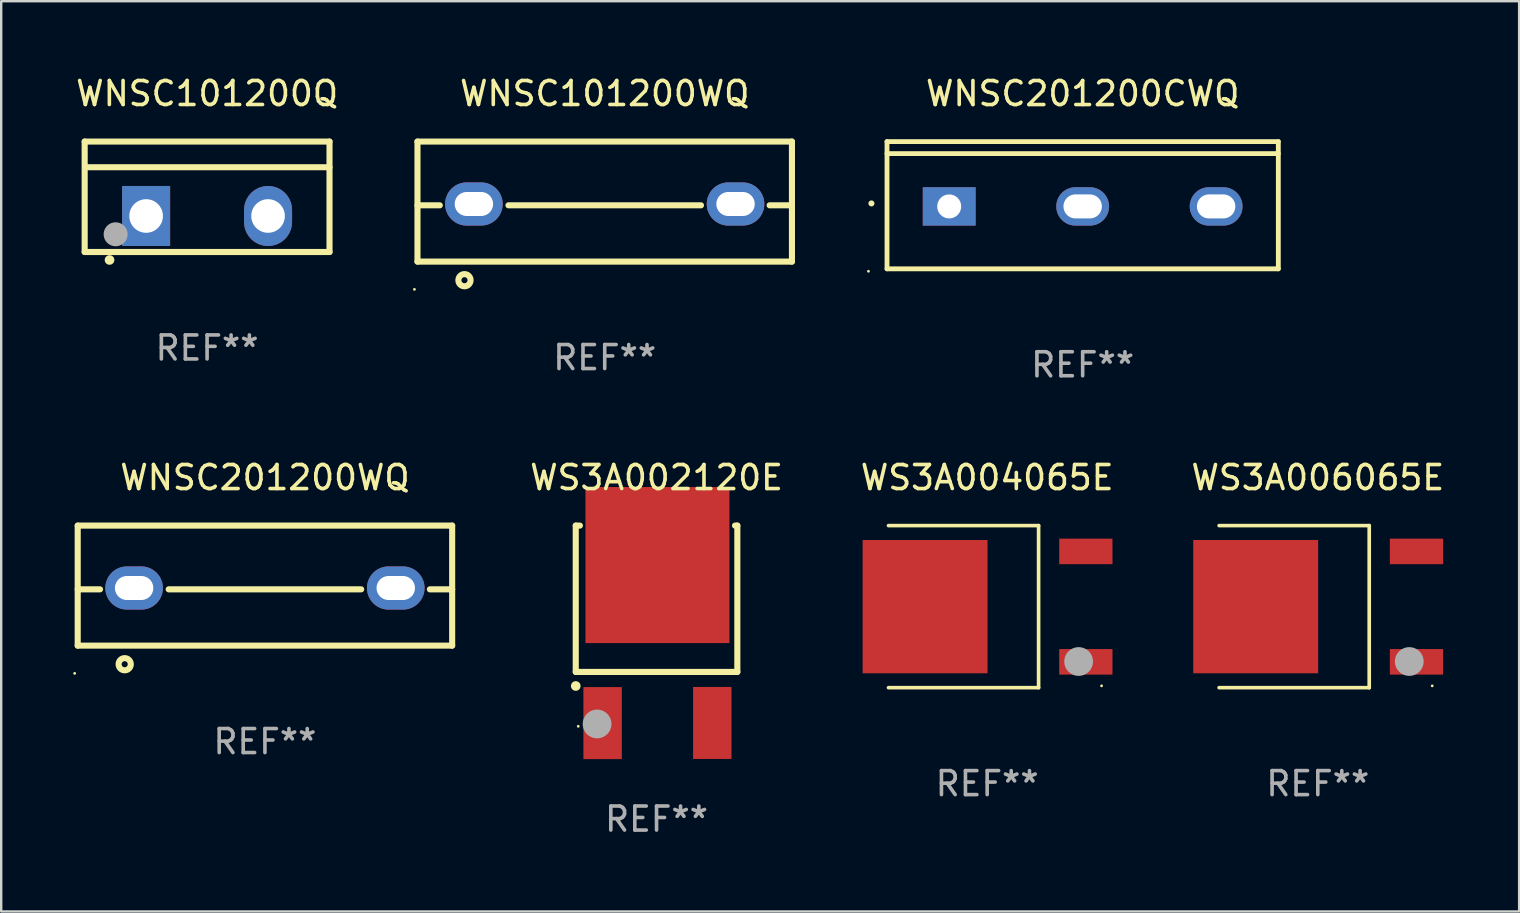
<source format=kicad_pcb>
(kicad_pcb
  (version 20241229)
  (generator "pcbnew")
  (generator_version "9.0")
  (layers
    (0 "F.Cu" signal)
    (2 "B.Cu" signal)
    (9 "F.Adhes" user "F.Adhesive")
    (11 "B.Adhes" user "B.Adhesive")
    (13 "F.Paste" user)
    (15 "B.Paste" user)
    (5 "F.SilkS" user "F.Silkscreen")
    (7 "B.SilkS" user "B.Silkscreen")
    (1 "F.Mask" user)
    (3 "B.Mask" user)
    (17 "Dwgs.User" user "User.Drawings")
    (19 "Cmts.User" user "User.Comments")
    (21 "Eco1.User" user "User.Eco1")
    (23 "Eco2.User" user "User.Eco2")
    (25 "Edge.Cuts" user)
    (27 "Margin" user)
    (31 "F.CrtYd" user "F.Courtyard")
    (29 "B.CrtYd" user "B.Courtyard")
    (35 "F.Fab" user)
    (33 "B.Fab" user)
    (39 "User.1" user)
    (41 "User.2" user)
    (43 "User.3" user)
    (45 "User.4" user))
  (footprint "WNSC101200Q"
    (layer "F.Cu")
    (at 5.577 5.148)
    (property "Reference" "WNSC101200Q" (at 0 -4.3 0) (layer "F.SilkS") (effects (font (size 1 1) (thickness 0.15))))
    (attr through_hole)
    (fp_line (start -5.1 -2.3) (end -5.1 2.3) (stroke (width 0.254) (type solid)) (layer "F.SilkS"))
    (fp_line (start -5.1 2.3) (end 5.1 2.3) (stroke (width 0.254) (type solid)) (layer "F.SilkS"))
    (fp_line (start -5.08 -1.232) (end 5.1 -1.232) (stroke (width 0.254) (type solid)) (layer "F.SilkS"))
    (fp_line (start 5.1 -2.3) (end -5.1 -2.3) (stroke (width 0.254) (type solid)) (layer "F.SilkS"))
    (fp_line (start 5.1 -2.3) (end 5.1 2.3) (stroke (width 0.254) (type solid)) (layer "F.SilkS"))
    (fp_arc (start -4.065278 2.632004) (mid -4.064008 2.632) (end -4.062738 2.632004) (stroke (width 0.4) (type solid)) (layer "F.SilkS"))
    (fp_circle (center -5.1 2.32) (end -5.07 2.32) (stroke (width 0.06) (type solid)) (fill no) (layer "F.SilkS"))
    (fp_circle (center -3.81 1.562) (end -3.56 1.562) (stroke (width 0.5) (type solid)) (fill no) (layer "F.Fab"))
    (fp_text user "REF**" (at 0 6.3 0) (layer "F.Fab") (effects (font (size 1 1) (thickness 0.15))))
    (pad "1" thru_hole rect (at -2.54 0.8) (size 2 2.5) (drill 1.4) (layers "*.Cu" "*.Mask"))
    (pad "2" thru_hole oval (at 2.54 0.8) (size 2 2.5) (drill 1.4) (layers "*.Cu" "*.Mask")))
  (footprint "WNSC201200CWQ"
    (layer "F.Cu")
    (at 42.053 5.499)
    (property "Reference" "WNSC201200CWQ" (at 0 -4.65 0) (layer "F.SilkS") (effects (font (size 1 1) (thickness 0.15))))
    (attr through_hole)
    (fp_line (start -8.151 -2.65) (end -8.151 2.65) (stroke (width 0.201) (type solid)) (layer "F.SilkS"))
    (fp_line (start 8.151 -2.65) (end -8.151 -2.65) (stroke (width 0.201) (type solid)) (layer "F.SilkS"))
    (fp_line (start 8.151 -2.15) (end -8.151 -2.15) (stroke (width 0.201) (type solid)) (layer "F.SilkS"))
    (fp_line (start 8.151 2.65) (end -8.151 2.65) (stroke (width 0.201) (type solid)) (layer "F.SilkS"))
    (fp_line (start 8.151 2.65) (end 8.151 -2.65) (stroke (width 0.201) (type solid)) (layer "F.SilkS"))
    (fp_arc (start -8.801118 -0.074943) (mid -8.799848 -0.074949) (end -8.798578 -0.074943) (stroke (width 0.24892) (type solid)) (layer "F.SilkS"))
    (fp_circle (center -8.924 2.751) (end -8.894 2.751) (stroke (width 0.06) (type solid)) (fill no) (layer "F.SilkS"))
    (fp_text user "REF**" (at 0 6.65 0) (layer "F.Fab") (effects (font (size 1 1) (thickness 0.15))))
    (pad "1" thru_hole rect (at -5.56 0.05 90) (size 1.6 2.2) (drill 1) (layers "*.Cu" "*.Mask"))
    (pad "2" thru_hole oval (at 0 0.05 90) (size 1.6 2.2) (drill oval 1 1.6) (layers "*.Cu" "*.Mask"))
    (pad "3" thru_hole oval (at 5.56 0.05 90) (size 1.6 2.2) (drill oval 1 1.6) (layers "*.Cu" "*.Mask")))
  (footprint "WNSC101200WQ"
    (layer "F.Cu")
    (at 22.142 5.348)
    (property "Reference" "WNSC101200WQ" (at 0 -4.5 0) (layer "F.SilkS") (effects (font (size 1 1) (thickness 0.15))))
    (attr through_hole)
    (fp_line (start -7.8 -2.5) (end -7.8 2.5) (stroke (width 0.254) (type solid)) (layer "F.SilkS"))
    (fp_line (start -7.8 -2.5) (end 7.8 -2.5) (stroke (width 0.254) (type solid)) (layer "F.SilkS"))
    (fp_line (start -7.8 2.5) (end 7.8 2.5) (stroke (width 0.254) (type solid)) (layer "F.SilkS"))
    (fp_line (start -6.87 0.155) (end -7.8 0.155) (stroke (width 0.254) (type solid)) (layer "F.SilkS"))
    (fp_line (start 4.01 0.155) (end -4.01 0.155) (stroke (width 0.254) (type solid)) (layer "F.SilkS"))
    (fp_line (start 6.87 0.155) (end 7.8 0.155) (stroke (width 0.254) (type solid)) (layer "F.SilkS"))
    (fp_line (start 7.8 -2.5) (end 7.8 2.5) (stroke (width 0.254) (type solid)) (layer "F.SilkS"))
    (fp_circle (center -7.927 3.656) (end -7.897 3.656) (stroke (width 0.06) (type solid)) (fill no) (layer "F.SilkS"))
    (fp_circle (center -5.842 3.275) (end -5.588 3.275) (stroke (width 0.254) (type solid)) (fill no) (layer "F.SilkS"))
    (fp_text user "REF**" (at 0 6.5 0) (layer "F.Fab") (effects (font (size 1 1) (thickness 0.15))))
    (pad "1" thru_hole oval (at -5.45 0.1) (size 2.4 1.8) (drill oval 1.6 1) (layers "*.Cu" "*.Mask"))
    (pad "2" thru_hole oval (at 5.45 0.1) (size 2.4 1.8) (drill oval 1.6 1) (layers "*.Cu" "*.Mask")))
  (footprint "WNSC201200WQ"
    (layer "F.Cu")
    (at 7.987 21.346)
    (property "Reference" "WNSC201200WQ" (at 0 -4.5 0) (layer "F.SilkS") (effects (font (size 1 1) (thickness 0.15))))
    (attr through_hole)
    (fp_line (start -7.8 -2.5) (end -7.8 2.5) (stroke (width 0.254) (type solid)) (layer "F.SilkS"))
    (fp_line (start -7.8 -2.5) (end 7.8 -2.5) (stroke (width 0.254) (type solid)) (layer "F.SilkS"))
    (fp_line (start -7.8 2.5) (end 7.8 2.5) (stroke (width 0.254) (type solid)) (layer "F.SilkS"))
    (fp_line (start -6.87 0.155) (end -7.8 0.155) (stroke (width 0.254) (type solid)) (layer "F.SilkS"))
    (fp_line (start 4.01 0.155) (end -4.01 0.155) (stroke (width 0.254) (type solid)) (layer "F.SilkS"))
    (fp_line (start 6.87 0.155) (end 7.8 0.155) (stroke (width 0.254) (type solid)) (layer "F.SilkS"))
    (fp_line (start 7.8 -2.5) (end 7.8 2.5) (stroke (width 0.254) (type solid)) (layer "F.SilkS"))
    (fp_circle (center -7.927 3.656) (end -7.897 3.656) (stroke (width 0.06) (type solid)) (fill no) (layer "F.SilkS"))
    (fp_circle (center -5.842 3.275) (end -5.588 3.275) (stroke (width 0.254) (type solid)) (fill no) (layer "F.SilkS"))
    (fp_text user "REF**" (at 0 6.5 0) (layer "F.Fab") (effects (font (size 1 1) (thickness 0.15))))
    (pad "1" thru_hole oval (at -5.45 0.1) (size 2.4 1.8) (drill oval 1.6 1) (layers "*.Cu" "*.Mask"))
    (pad "2" thru_hole oval (at 5.45 0.1) (size 2.4 1.8) (drill oval 1.6 1) (layers "*.Cu" "*.Mask")))
  (footprint "WS3A006065E"
    (layer "F.Cu")
    (at 51.849 22.222)
    (property "Reference" "WS3A006065E" (at 0 -5.376 0) (layer "F.SilkS") (effects (font (size 1 1) (thickness 0.15))))
    (attr through_hole)
    (fp_line (start -4.111 -3.376) (end 2.142 -3.376) (stroke (width 0.152) (type solid)) (layer "F.SilkS"))
    (fp_line (start -4.111 3.376) (end 2.142 3.376) (stroke (width 0.152) (type solid)) (layer "F.SilkS"))
    (fp_line (start 2.142 3.376) (end 2.142 -3.376) (stroke (width 0.152) (type solid)) (layer "F.SilkS"))
    (fp_circle (center 4.766 3.3) (end 4.796 3.3) (stroke (width 0.06) (type solid)) (fill no) (layer "F.SilkS"))
    (fp_circle (center 3.81 2.286) (end 4.11 2.286) (stroke (width 0.6) (type solid)) (fill no) (layer "F.Fab"))
    (fp_text user "REF**" (at 0 7.376 0) (layer "F.Fab") (effects (font (size 1 1) (thickness 0.15))))
    (pad "1" smd rect (at 4.111 2.3) (size 2.218 1.064) (layers "F.Cu" "F.Mask" "F.Paste"))
    (pad "2" smd rect (at -2.587 0) (size 5.204 5.554) (layers "F.Cu" "F.Mask" "F.Paste"))
    (pad "3" smd rect (at 4.111 -2.3) (size 2.218 1.064) (layers "F.Cu" "F.Mask" "F.Paste")))
  (footprint "WS3A004065E"
    (layer "F.Cu")
    (at 38.075 22.222)
    (property "Reference" "WS3A004065E" (at 0 -5.376 0) (layer "F.SilkS") (effects (font (size 1 1) (thickness 0.15))))
    (attr through_hole)
    (fp_line (start -4.111 -3.376) (end 2.142 -3.376) (stroke (width 0.152) (type solid)) (layer "F.SilkS"))
    (fp_line (start -4.111 3.376) (end 2.142 3.376) (stroke (width 0.152) (type solid)) (layer "F.SilkS"))
    (fp_line (start 2.142 3.376) (end 2.142 -3.376) (stroke (width 0.152) (type solid)) (layer "F.SilkS"))
    (fp_circle (center 4.766 3.3) (end 4.796 3.3) (stroke (width 0.06) (type solid)) (fill no) (layer "F.SilkS"))
    (fp_circle (center 3.81 2.286) (end 4.11 2.286) (stroke (width 0.6) (type solid)) (fill no) (layer "F.Fab"))
    (fp_text user "REF**" (at 0 7.376 0) (layer "F.Fab") (effects (font (size 1 1) (thickness 0.15))))
    (pad "1" smd rect (at 4.111 2.3) (size 2.218 1.064) (layers "F.Cu" "F.Mask" "F.Paste"))
    (pad "2" smd rect (at -2.587 0) (size 5.204 5.554) (layers "F.Cu" "F.Mask" "F.Paste"))
    (pad "3" smd rect (at 4.111 -2.3) (size 2.218 1.064) (layers "F.Cu" "F.Mask" "F.Paste")))
  (footprint "WS3A002120E"
    (layer "F.Cu")
    (at 24.301 22.96)
    (property "Reference" "WS3A002120E" (at 0 -6.114 0) (layer "F.SilkS") (effects (font (size 1 1) (thickness 0.15))))
    (attr through_hole)
    (fp_line (start -3.366 -4.114) (end -3.366 1.982) (stroke (width 0.254) (type solid)) (layer "F.SilkS"))
    (fp_line (start -3.366 1.982) (end 3.366 1.982) (stroke (width 0.254) (type solid)) (layer "F.SilkS"))
    (fp_line (start -3.193 -4.114) (end -3.366 -4.114) (stroke (width 0.254) (type solid)) (layer "F.SilkS"))
    (fp_line (start 3.366 -4.114) (end 3.269 -4.114) (stroke (width 0.254) (type solid)) (layer "F.SilkS"))
    (fp_line (start 3.366 1.982) (end 3.366 -4.114) (stroke (width 0.254) (type solid)) (layer "F.SilkS"))
    (fp_arc (start -3.365507 2.568834) (mid -3.365511 2.567564) (end -3.365507 2.566294) (stroke (width 0.4) (type solid)) (layer "F.SilkS"))
    (fp_circle (center -3.262 4.247) (end -3.232 4.247) (stroke (width 0.06) (type solid)) (fill no) (layer "F.SilkS"))
    (fp_circle (center -2.477 4.15) (end -2.177 4.15) (stroke (width 0.6) (type solid)) (fill no) (layer "F.Fab"))
    (fp_text user "REF**" (at 0 8.114 0) (layer "F.Fab") (effects (font (size 1 1) (thickness 0.15))))
    (pad "1" smd rect (at -2.247 4.114) (size 1.6 3) (layers "F.Cu" "F.Mask" "F.Paste"))
    (pad "2" smd rect (at 2.323 4.108 180) (size 1.6 3) (layers "F.Cu" "F.Mask" "F.Paste"))
    (pad "3" smd rect (at 0.038 -2.47) (size 6 6.5) (layers "F.Cu" "F.Mask" "F.Paste")))
  (gr_rect
    (start -3 -3)
    (end 60.236 34.922)
    (stroke (width 0.1) (type default))
    (fill no)
    (layer "Edge.Cuts")))
</source>
